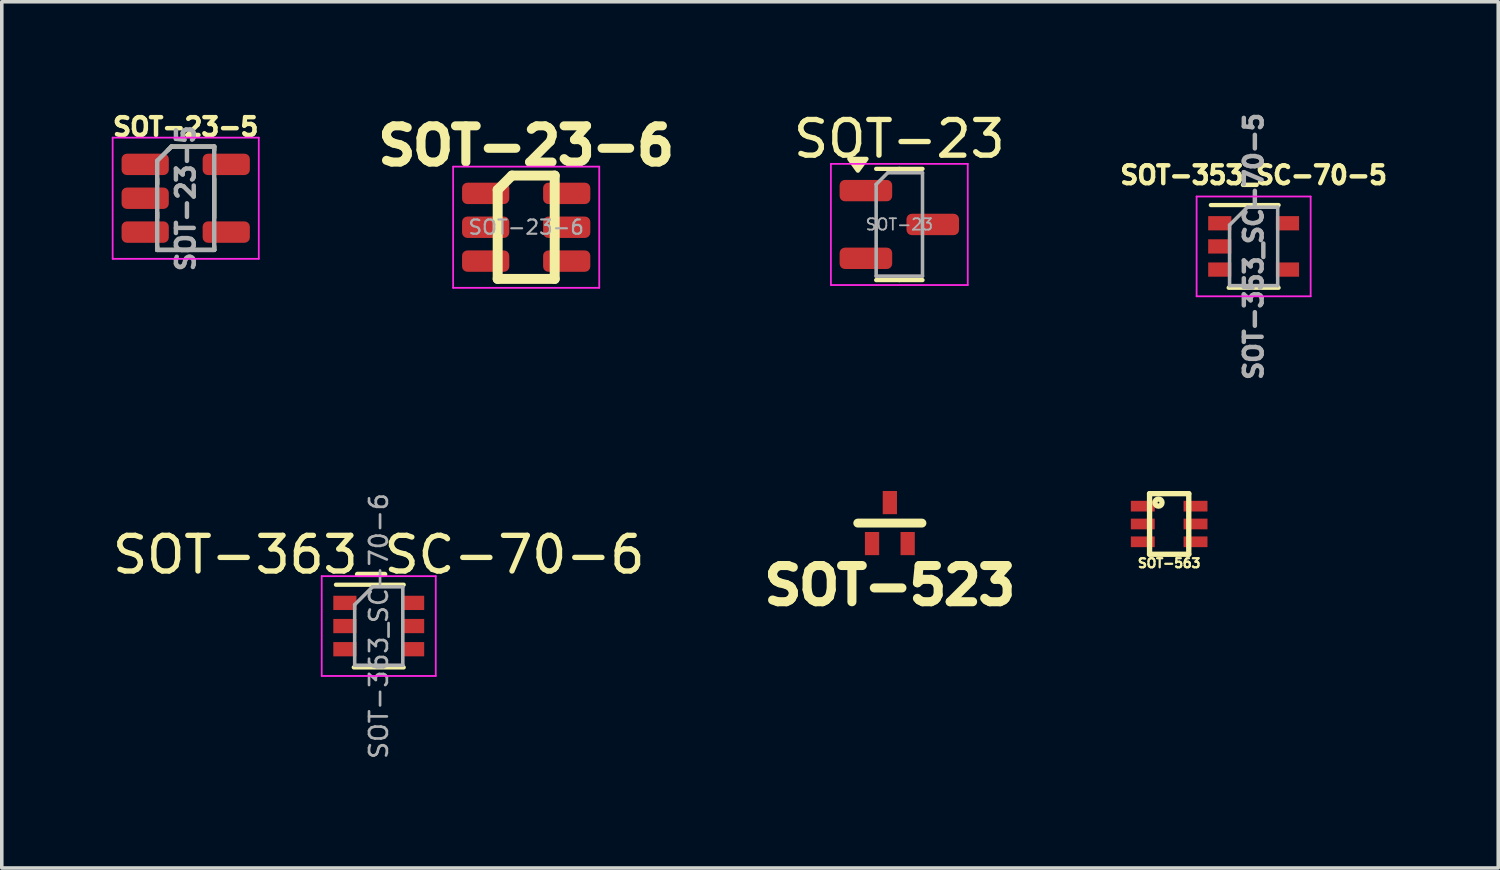
<source format=kicad_pcb>
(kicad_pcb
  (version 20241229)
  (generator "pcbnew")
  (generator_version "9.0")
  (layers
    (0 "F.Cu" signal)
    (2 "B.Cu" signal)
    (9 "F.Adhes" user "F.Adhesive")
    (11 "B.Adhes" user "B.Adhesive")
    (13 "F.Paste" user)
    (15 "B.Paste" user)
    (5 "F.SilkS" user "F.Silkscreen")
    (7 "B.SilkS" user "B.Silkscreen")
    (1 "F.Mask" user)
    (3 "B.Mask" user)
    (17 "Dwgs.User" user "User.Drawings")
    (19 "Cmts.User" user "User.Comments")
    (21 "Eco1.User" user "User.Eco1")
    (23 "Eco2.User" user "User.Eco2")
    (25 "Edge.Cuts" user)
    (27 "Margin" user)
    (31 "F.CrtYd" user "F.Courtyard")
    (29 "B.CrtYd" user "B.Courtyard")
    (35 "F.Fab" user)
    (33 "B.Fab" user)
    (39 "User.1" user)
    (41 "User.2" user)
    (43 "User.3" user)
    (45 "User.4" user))
  (footprint "SOT-353_SC-70-5"
    (layer "F.Cu")
    (at 32.125 3.864)
    (property "Reference" "SOT-353_SC-70-5" (at 0 -2 0) (layer "F.SilkS") (effects (font (size 0.5 0.5) (thickness 0.125) (bold yes))))
    (attr smd)
    (fp_line (start -0.7 1.16) (end 0.7 1.16) (stroke (width 0.12) (type solid)) (layer "F.SilkS"))
    (fp_line (start 0.7 -1.16) (end -1.2 -1.16) (stroke (width 0.12) (type solid)) (layer "F.SilkS"))
    (fp_line (start -1.6 -1.4) (end -1.6 1.4) (stroke (width 0.05) (type solid)) (layer "F.CrtYd"))
    (fp_line (start -1.6 -1.4) (end 1.6 -1.4) (stroke (width 0.05) (type solid)) (layer "F.CrtYd"))
    (fp_line (start -1.6 1.4) (end 1.6 1.4) (stroke (width 0.05) (type solid)) (layer "F.CrtYd"))
    (fp_line (start 1.6 1.4) (end 1.6 -1.4) (stroke (width 0.05) (type solid)) (layer "F.CrtYd"))
    (fp_line (start -0.675 -0.6) (end -0.675 1.1) (stroke (width 0.1) (type solid)) (layer "F.Fab"))
    (fp_line (start -0.175 -1.1) (end -0.675 -0.6) (stroke (width 0.1) (type solid)) (layer "F.Fab"))
    (fp_line (start 0.675 -1.1) (end -0.175 -1.1) (stroke (width 0.1) (type solid)) (layer "F.Fab"))
    (fp_line (start 0.675 -1.1) (end 0.675 1.1) (stroke (width 0.1) (type solid)) (layer "F.Fab"))
    (fp_line (start 0.675 1.1) (end -0.675 1.1) (stroke (width 0.1) (type solid)) (layer "F.Fab"))
    (fp_text user "${REFERENCE}" (at 0 0 90) (layer "F.Fab") (effects (font (size 0.5 0.5) (thickness 0.125) (bold yes))))
    (pad "1" smd rect (at -0.95 -0.65) (size 0.65 0.4) (layers "F.Cu" "F.Mask" "F.Paste"))
    (pad "2" smd rect (at -0.95 0) (size 0.65 0.4) (layers "F.Cu" "F.Mask" "F.Paste"))
    (pad "3" smd rect (at -0.95 0.65) (size 0.65 0.4) (layers "F.Cu" "F.Mask" "F.Paste"))
    (pad "4" smd rect (at 0.95 0.65) (size 0.65 0.4) (layers "F.Cu" "F.Mask" "F.Paste"))
    (pad "5" smd rect (at 0.95 -0.65) (size 0.65 0.4) (layers "F.Cu" "F.Mask" "F.Paste")))
  (footprint "SOT-523"
    (layer "F.Cu")
    (at 21.918 11.627)
    (property "Reference" "SOT-523" (at 0 1.75 0) (layer "F.SilkS") (effects (font (size 1.016 1.016) (thickness 0.254))))
    (attr through_hole)
    (fp_line (start -0.9 0) (end 0.9 0) (stroke (width 0.25) (type solid)) (layer "F.SilkS"))
    (pad "1" smd rect (at -0.5 0.575) (size 0.4 0.65) (layers "F.Cu" "F.Mask"))
    (pad "2" smd rect (at 0.5 0.575) (size 0.4 0.65) (layers "F.Cu" "F.Mask"))
    (pad "3" smd rect (at 0 -0.575) (size 0.4 0.65) (layers "F.Cu" "F.Mask")))
  (footprint "SOT-363_SC-70-6"
    (layer "F.Cu")
    (at 7.577 14.516)
    (property "Reference" "SOT-363_SC-70-6" (at 0 -2 0) (layer "F.SilkS") (effects (font (size 1 1) (thickness 0.15))))
    (attr smd)
    (fp_line (start -0.7 1.16) (end 0.7 1.16) (stroke (width 0.12) (type solid)) (layer "F.SilkS"))
    (fp_line (start 0.7 -1.16) (end -1.2 -1.16) (stroke (width 0.12) (type solid)) (layer "F.SilkS"))
    (fp_line (start -1.6 -1.4) (end -1.6 1.4) (stroke (width 0.05) (type solid)) (layer "F.CrtYd"))
    (fp_line (start -1.6 -1.4) (end 1.6 -1.4) (stroke (width 0.05) (type solid)) (layer "F.CrtYd"))
    (fp_line (start -1.6 1.4) (end 1.6 1.4) (stroke (width 0.05) (type solid)) (layer "F.CrtYd"))
    (fp_line (start 1.6 1.4) (end 1.6 -1.4) (stroke (width 0.05) (type solid)) (layer "F.CrtYd"))
    (fp_line (start -0.675 -0.6) (end -0.675 1.1) (stroke (width 0.1) (type solid)) (layer "F.Fab"))
    (fp_line (start -0.175 -1.1) (end -0.675 -0.6) (stroke (width 0.1) (type solid)) (layer "F.Fab"))
    (fp_line (start 0.675 -1.1) (end -0.175 -1.1) (stroke (width 0.1) (type solid)) (layer "F.Fab"))
    (fp_line (start 0.675 -1.1) (end 0.675 1.1) (stroke (width 0.1) (type solid)) (layer "F.Fab"))
    (fp_line (start 0.675 1.1) (end -0.675 1.1) (stroke (width 0.1) (type solid)) (layer "F.Fab"))
    (fp_text user "${REFERENCE}" (at 0 0 90) (layer "F.Fab") (effects (font (size 0.5 0.5) (thickness 0.075))))
    (pad "1" smd rect (at -0.95 -0.65) (size 0.65 0.4) (layers "F.Cu" "F.Mask" "F.Paste"))
    (pad "2" smd rect (at -0.95 0) (size 0.65 0.4) (layers "F.Cu" "F.Mask" "F.Paste"))
    (pad "3" smd rect (at -0.95 0.65) (size 0.65 0.4) (layers "F.Cu" "F.Mask" "F.Paste"))
    (pad "4" smd rect (at 0.95 0.65) (size 0.65 0.4) (layers "F.Cu" "F.Mask" "F.Paste"))
    (pad "5" smd rect (at 0.95 0) (size 0.65 0.4) (layers "F.Cu" "F.Mask" "F.Paste"))
    (pad "6" smd rect (at 0.95 -0.65) (size 0.65 0.4) (layers "F.Cu" "F.Mask" "F.Paste")))
  (footprint "SOT-23"
    (layer "F.Cu")
    (at 22.184 3.248)
    (property "Reference" "SOT-23" (at 0 -2.4 0) (layer "F.SilkS") (effects (font (size 1 1) (thickness 0.15))))
    (attr smd)
    (fp_line (start 0 -1.56) (end -0.65 -1.56) (stroke (width 0.12) (type solid)) (layer "F.SilkS"))
    (fp_line (start 0 -1.56) (end 0.65 -1.56) (stroke (width 0.12) (type solid)) (layer "F.SilkS"))
    (fp_line (start 0 1.56) (end -0.65 1.56) (stroke (width 0.12) (type solid)) (layer "F.SilkS"))
    (fp_line (start 0 1.56) (end 0.65 1.56) (stroke (width 0.12) (type solid)) (layer "F.SilkS"))
    (fp_poly (pts (xy -1.163 -1.51) (xy -1.403 -1.84) (xy -0.922 -1.84) (xy -1.163 -1.51)) (stroke (width 0.12) (type solid)) (fill yes) (layer "F.SilkS"))
    (fp_line (start -1.92 -1.7) (end -1.92 1.7) (stroke (width 0.05) (type solid)) (layer "F.CrtYd"))
    (fp_line (start -1.92 1.7) (end 1.92 1.7) (stroke (width 0.05) (type solid)) (layer "F.CrtYd"))
    (fp_line (start 1.92 -1.7) (end -1.92 -1.7) (stroke (width 0.05) (type solid)) (layer "F.CrtYd"))
    (fp_line (start 1.92 1.7) (end 1.92 -1.7) (stroke (width 0.05) (type solid)) (layer "F.CrtYd"))
    (fp_line (start -0.65 -1.125) (end -0.325 -1.45) (stroke (width 0.1) (type solid)) (layer "F.Fab"))
    (fp_line (start -0.65 1.45) (end -0.65 -1.125) (stroke (width 0.1) (type solid)) (layer "F.Fab"))
    (fp_line (start -0.325 -1.45) (end 0.65 -1.45) (stroke (width 0.1) (type solid)) (layer "F.Fab"))
    (fp_line (start 0.65 -1.45) (end 0.65 1.45) (stroke (width 0.1) (type solid)) (layer "F.Fab"))
    (fp_line (start 0.65 1.45) (end -0.65 1.45) (stroke (width 0.1) (type solid)) (layer "F.Fab"))
    (fp_text user "${REFERENCE}" (at 0 0 0) (layer "F.Fab") (effects (font (size 0.32 0.32) (thickness 0.05))))
    (pad "1" smd roundrect (at -0.938 -0.95) (size 1.475 0.6) (layers "F.Cu" "F.Mask" "F.Paste") (roundrect_rratio 0.25))
    (pad "2" smd roundrect (at -0.938 0.95) (size 1.475 0.6) (layers "F.Cu" "F.Mask" "F.Paste") (roundrect_rratio 0.25))
    (pad "3" smd roundrect (at 0.938 0) (size 1.475 0.6) (layers "F.Cu" "F.Mask" "F.Paste") (roundrect_rratio 0.25)))
  (footprint "SOT-563"
    (layer "F.Cu")
    (at 29.755 11.652)
    (property "Reference" "SOT-563" (at 0 1.1 0) (layer "F.SilkS") (effects (font (size 0.254 0.254) (thickness 0.064))))
    (attr through_hole)
    (fp_line (start -0.55 -0.85) (end -0.55 0.85) (stroke (width 0.15) (type solid)) (layer "F.SilkS"))
    (fp_line (start -0.55 0.85) (end 0.55 0.85) (stroke (width 0.15) (type solid)) (layer "F.SilkS"))
    (fp_line (start 0.55 -0.85) (end -0.55 -0.85) (stroke (width 0.15) (type solid)) (layer "F.SilkS"))
    (fp_line (start 0.55 0.85) (end 0.55 -0.85) (stroke (width 0.15) (type solid)) (layer "F.SilkS"))
    (fp_circle (center -0.3 -0.6) (end -0.3 -0.7) (stroke (width 0.15) (type solid)) (fill no) (layer "F.SilkS"))
    (pad "1" smd rect (at -0.74 -0.5) (size 0.67 0.3) (layers "F.Cu" "F.Mask" "F.Paste"))
    (pad "2" smd rect (at -0.74 0) (size 0.67 0.3) (layers "F.Cu" "F.Mask" "F.Paste"))
    (pad "3" smd rect (at -0.74 0.5) (size 0.67 0.3) (layers "F.Cu" "F.Mask" "F.Paste"))
    (pad "4" smd rect (at 0.74 0.5) (size 0.67 0.3) (layers "F.Cu" "F.Mask" "F.Paste"))
    (pad "5" smd rect (at 0.74 0) (size 0.67 0.3) (layers "F.Cu" "F.Mask" "F.Paste"))
    (pad "6" smd rect (at 0.74 -0.5) (size 0.67 0.3) (layers "F.Cu" "F.Mask" "F.Paste")))
  (footprint "SOT-23-6"
    (layer "F.Cu")
    (at 11.714 3.326)
    (property "Reference" "SOT-23-6" (at 0 -2.286 0) (layer "F.SilkS") (effects (font (size 1.016 1.016) (thickness 0.254))))
    (attr smd)
    (fp_line (start -0.8 -1.05) (end -0.4 -1.45) (stroke (width 0.279) (type solid)) (layer "F.SilkS"))
    (fp_line (start -0.8 1.45) (end -0.8 -1.05) (stroke (width 0.279) (type solid)) (layer "F.SilkS"))
    (fp_line (start -0.4 -1.45) (end 0.8 -1.45) (stroke (width 0.279) (type solid)) (layer "F.SilkS"))
    (fp_line (start 0.8 -1.45) (end 0.8 1.45) (stroke (width 0.279) (type solid)) (layer "F.SilkS"))
    (fp_line (start 0.8 1.45) (end -0.8 1.45) (stroke (width 0.279) (type solid)) (layer "F.SilkS"))
    (fp_line (start -2.05 -1.7) (end -2.05 1.7) (stroke (width 0.05) (type solid)) (layer "F.CrtYd"))
    (fp_line (start -2.05 1.7) (end 2.05 1.7) (stroke (width 0.05) (type solid)) (layer "F.CrtYd"))
    (fp_line (start 2.05 -1.7) (end -2.05 -1.7) (stroke (width 0.05) (type solid)) (layer "F.CrtYd"))
    (fp_line (start 2.05 1.7) (end 2.05 -1.7) (stroke (width 0.05) (type solid)) (layer "F.CrtYd"))
    (fp_text user "${REFERENCE}" (at 0 0 0) (layer "F.Fab") (effects (font (size 0.4 0.4) (thickness 0.06))))
    (pad "1" smd roundrect (at -1.137 -0.95) (size 1.325 0.6) (layers "F.Cu" "F.Mask" "F.Paste") (roundrect_rratio 0.25))
    (pad "2" smd roundrect (at -1.137 0) (size 1.325 0.6) (layers "F.Cu" "F.Mask" "F.Paste") (roundrect_rratio 0.25))
    (pad "3" smd roundrect (at -1.137 0.95) (size 1.325 0.6) (layers "F.Cu" "F.Mask" "F.Paste") (roundrect_rratio 0.25))
    (pad "4" smd roundrect (at 1.137 0.95) (size 1.325 0.6) (layers "F.Cu" "F.Mask" "F.Paste") (roundrect_rratio 0.25))
    (pad "5" smd roundrect (at 1.137 0) (size 1.325 0.6) (layers "F.Cu" "F.Mask" "F.Paste") (roundrect_rratio 0.25))
    (pad "6" smd roundrect (at 1.137 -0.95) (size 1.325 0.6) (layers "F.Cu" "F.Mask" "F.Paste") (roundrect_rratio 0.25)))
  (footprint "SOT-23-5"
    (layer "F.Cu")
    (at 2.161 2.512)
    (property "Reference" "SOT-23-5" (at 0 -2 0) (layer "F.SilkS") (effects (font (size 0.5 0.5) (thickness 0.125))))
    (attr smd)
    (fp_line (start -0.8 -0.4) (end -0.8 -0.55) (stroke (width 0.12) (type solid)) (layer "F.SilkS"))
    (fp_line (start -0.8 0.55) (end -0.8 0.4) (stroke (width 0.12) (type solid)) (layer "F.SilkS"))
    (fp_line (start -0.8 1.45) (end -0.8 1.35) (stroke (width 0.12) (type solid)) (layer "F.SilkS"))
    (fp_line (start -0.4 -1.45) (end -0.5 -1.35) (stroke (width 0.12) (type solid)) (layer "F.SilkS"))
    (fp_line (start 0.8 -1.45) (end -0.4 -1.45) (stroke (width 0.12) (type solid)) (layer "F.SilkS"))
    (fp_line (start 0.8 -1.45) (end 0.8 -1.35) (stroke (width 0.12) (type solid)) (layer "F.SilkS"))
    (fp_line (start 0.8 -0.55) (end 0.8 0.55) (stroke (width 0.12) (type solid)) (layer "F.SilkS"))
    (fp_line (start 0.8 1.35) (end 0.8 1.45) (stroke (width 0.12) (type solid)) (layer "F.SilkS"))
    (fp_line (start 0.8 1.45) (end -0.8 1.45) (stroke (width 0.12) (type solid)) (layer "F.SilkS"))
    (fp_line (start -2.05 -1.7) (end -2.05 1.7) (stroke (width 0.05) (type solid)) (layer "F.CrtYd"))
    (fp_line (start -2.05 1.7) (end 2.05 1.7) (stroke (width 0.05) (type solid)) (layer "F.CrtYd"))
    (fp_line (start 2.05 -1.7) (end -2.05 -1.7) (stroke (width 0.05) (type solid)) (layer "F.CrtYd"))
    (fp_line (start 2.05 1.7) (end 2.05 -1.7) (stroke (width 0.05) (type solid)) (layer "F.CrtYd"))
    (fp_line (start -0.8 -1.05) (end -0.4 -1.45) (stroke (width 0.125) (type solid)) (layer "F.Fab"))
    (fp_line (start -0.8 1.45) (end -0.8 -1.05) (stroke (width 0.125) (type solid)) (layer "F.Fab"))
    (fp_line (start -0.4 -1.45) (end 0.8 -1.45) (stroke (width 0.125) (type solid)) (layer "F.Fab"))
    (fp_line (start 0.8 -1.45) (end 0.8 1.45) (stroke (width 0.125) (type solid)) (layer "F.Fab"))
    (fp_line (start 0.8 1.45) (end -0.8 1.45) (stroke (width 0.125) (type solid)) (layer "F.Fab"))
    (fp_text user "${REFERENCE}" (at 0 0 90) (layer "F.Fab") (effects (font (size 0.5 0.5) (thickness 0.125))))
    (pad "1" smd roundrect (at -1.137 -0.95) (size 1.325 0.6) (layers "F.Cu" "F.Mask" "F.Paste") (roundrect_rratio 0.25))
    (pad "2" smd roundrect (at -1.137 0) (size 1.325 0.6) (layers "F.Cu" "F.Mask" "F.Paste") (roundrect_rratio 0.25))
    (pad "3" smd roundrect (at -1.137 0.95) (size 1.325 0.6) (layers "F.Cu" "F.Mask" "F.Paste") (roundrect_rratio 0.25))
    (pad "4" smd roundrect (at 1.137 0.95) (size 1.325 0.6) (layers "F.Cu" "F.Mask" "F.Paste") (roundrect_rratio 0.25))
    (pad "5" smd roundrect (at 1.137 -0.95) (size 1.325 0.6) (layers "F.Cu" "F.Mask" "F.Paste") (roundrect_rratio 0.25)))
  (gr_rect
    (start -3 -3)
    (end 38.988 21.305)
    (stroke (width 0.1) (type default))
    (fill no)
    (layer "Edge.Cuts")))
</source>
